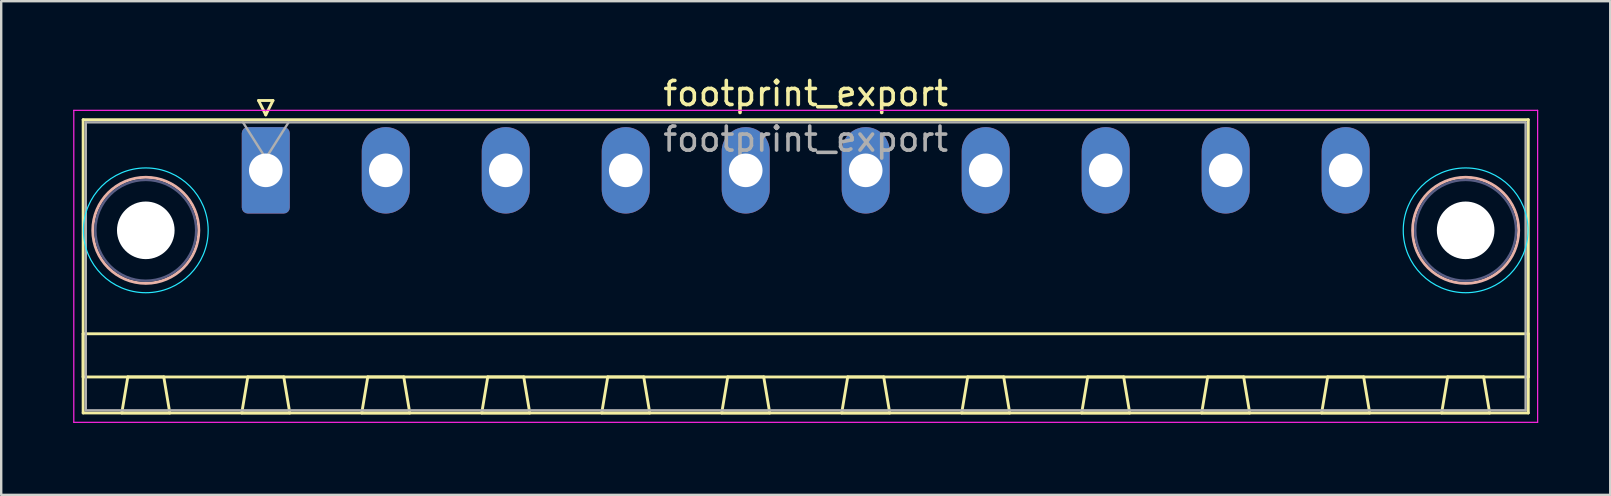
<source format=kicad_pcb>
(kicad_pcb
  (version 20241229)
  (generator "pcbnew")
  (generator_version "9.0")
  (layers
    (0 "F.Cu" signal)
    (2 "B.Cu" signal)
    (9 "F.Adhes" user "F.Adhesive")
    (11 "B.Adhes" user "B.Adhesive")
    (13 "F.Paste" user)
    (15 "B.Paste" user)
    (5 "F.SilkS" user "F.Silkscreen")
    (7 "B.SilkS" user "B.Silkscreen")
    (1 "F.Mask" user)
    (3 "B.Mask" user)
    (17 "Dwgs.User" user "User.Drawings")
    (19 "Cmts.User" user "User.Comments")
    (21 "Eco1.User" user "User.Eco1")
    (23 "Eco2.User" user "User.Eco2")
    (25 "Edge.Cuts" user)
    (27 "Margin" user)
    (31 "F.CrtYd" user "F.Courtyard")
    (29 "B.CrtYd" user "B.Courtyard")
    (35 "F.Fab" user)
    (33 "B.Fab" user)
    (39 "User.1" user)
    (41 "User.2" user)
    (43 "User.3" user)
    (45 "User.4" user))
  (footprint "footprint_export"
    (layer "F.Cu")
    (at 8.025 4.048)
    (property "Reference" "footprint_export" (at 22.5 -3.2 0) (layer "F.SilkS") (effects (font (size 1 1) (thickness 0.15))))
    (attr through_hole)
    (fp_line (start -7.61 -2.11) (end -7.61 10.11) (stroke (width 0.12) (type solid)) (layer "F.SilkS"))
    (fp_line (start -7.61 6.81) (end 52.61 6.81) (stroke (width 0.12) (type solid)) (layer "F.SilkS"))
    (fp_line (start -7.61 8.61) (end -7.61 6.81) (stroke (width 0.12) (type solid)) (layer "F.SilkS"))
    (fp_line (start -7.61 10.11) (end 52.61 10.11) (stroke (width 0.12) (type solid)) (layer "F.SilkS"))
    (fp_line (start -6 10.11) (end -4 10.11) (stroke (width 0.12) (type solid)) (layer "F.SilkS"))
    (fp_line (start -5.75 8.61) (end -6 10.11) (stroke (width 0.12) (type solid)) (layer "F.SilkS"))
    (fp_line (start -4.25 8.61) (end -5.75 8.61) (stroke (width 0.12) (type solid)) (layer "F.SilkS"))
    (fp_line (start -4 10.11) (end -4.25 8.61) (stroke (width 0.12) (type solid)) (layer "F.SilkS"))
    (fp_line (start -1 10.11) (end 1 10.11) (stroke (width 0.12) (type solid)) (layer "F.SilkS"))
    (fp_line (start -0.75 8.61) (end -1 10.11) (stroke (width 0.12) (type solid)) (layer "F.SilkS"))
    (fp_line (start -0.3 -2.91) (end 0.3 -2.91) (stroke (width 0.12) (type solid)) (layer "F.SilkS"))
    (fp_line (start 0 -2.31) (end -0.3 -2.91) (stroke (width 0.12) (type solid)) (layer "F.SilkS"))
    (fp_line (start 0.3 -2.91) (end 0 -2.31) (stroke (width 0.12) (type solid)) (layer "F.SilkS"))
    (fp_line (start 0.75 8.61) (end -0.75 8.61) (stroke (width 0.12) (type solid)) (layer "F.SilkS"))
    (fp_line (start 1 10.11) (end 0.75 8.61) (stroke (width 0.12) (type solid)) (layer "F.SilkS"))
    (fp_line (start 4 10.11) (end 6 10.11) (stroke (width 0.12) (type solid)) (layer "F.SilkS"))
    (fp_line (start 4.25 8.61) (end 4 10.11) (stroke (width 0.12) (type solid)) (layer "F.SilkS"))
    (fp_line (start 5.75 8.61) (end 4.25 8.61) (stroke (width 0.12) (type solid)) (layer "F.SilkS"))
    (fp_line (start 6 10.11) (end 5.75 8.61) (stroke (width 0.12) (type solid)) (layer "F.SilkS"))
    (fp_line (start 9 10.11) (end 11 10.11) (stroke (width 0.12) (type solid)) (layer "F.SilkS"))
    (fp_line (start 9.25 8.61) (end 9 10.11) (stroke (width 0.12) (type solid)) (layer "F.SilkS"))
    (fp_line (start 10.75 8.61) (end 9.25 8.61) (stroke (width 0.12) (type solid)) (layer "F.SilkS"))
    (fp_line (start 11 10.11) (end 10.75 8.61) (stroke (width 0.12) (type solid)) (layer "F.SilkS"))
    (fp_line (start 14 10.11) (end 16 10.11) (stroke (width 0.12) (type solid)) (layer "F.SilkS"))
    (fp_line (start 14.25 8.61) (end 14 10.11) (stroke (width 0.12) (type solid)) (layer "F.SilkS"))
    (fp_line (start 15.75 8.61) (end 14.25 8.61) (stroke (width 0.12) (type solid)) (layer "F.SilkS"))
    (fp_line (start 16 10.11) (end 15.75 8.61) (stroke (width 0.12) (type solid)) (layer "F.SilkS"))
    (fp_line (start 19 10.11) (end 21 10.11) (stroke (width 0.12) (type solid)) (layer "F.SilkS"))
    (fp_line (start 19.25 8.61) (end 19 10.11) (stroke (width 0.12) (type solid)) (layer "F.SilkS"))
    (fp_line (start 20.75 8.61) (end 19.25 8.61) (stroke (width 0.12) (type solid)) (layer "F.SilkS"))
    (fp_line (start 21 10.11) (end 20.75 8.61) (stroke (width 0.12) (type solid)) (layer "F.SilkS"))
    (fp_line (start 24 10.11) (end 26 10.11) (stroke (width 0.12) (type solid)) (layer "F.SilkS"))
    (fp_line (start 24.25 8.61) (end 24 10.11) (stroke (width 0.12) (type solid)) (layer "F.SilkS"))
    (fp_line (start 25.75 8.61) (end 24.25 8.61) (stroke (width 0.12) (type solid)) (layer "F.SilkS"))
    (fp_line (start 26 10.11) (end 25.75 8.61) (stroke (width 0.12) (type solid)) (layer "F.SilkS"))
    (fp_line (start 29 10.11) (end 31 10.11) (stroke (width 0.12) (type solid)) (layer "F.SilkS"))
    (fp_line (start 29.25 8.61) (end 29 10.11) (stroke (width 0.12) (type solid)) (layer "F.SilkS"))
    (fp_line (start 30.75 8.61) (end 29.25 8.61) (stroke (width 0.12) (type solid)) (layer "F.SilkS"))
    (fp_line (start 31 10.11) (end 30.75 8.61) (stroke (width 0.12) (type solid)) (layer "F.SilkS"))
    (fp_line (start 34 10.11) (end 36 10.11) (stroke (width 0.12) (type solid)) (layer "F.SilkS"))
    (fp_line (start 34.25 8.61) (end 34 10.11) (stroke (width 0.12) (type solid)) (layer "F.SilkS"))
    (fp_line (start 35.75 8.61) (end 34.25 8.61) (stroke (width 0.12) (type solid)) (layer "F.SilkS"))
    (fp_line (start 36 10.11) (end 35.75 8.61) (stroke (width 0.12) (type solid)) (layer "F.SilkS"))
    (fp_line (start 39 10.11) (end 41 10.11) (stroke (width 0.12) (type solid)) (layer "F.SilkS"))
    (fp_line (start 39.25 8.61) (end 39 10.11) (stroke (width 0.12) (type solid)) (layer "F.SilkS"))
    (fp_line (start 40.75 8.61) (end 39.25 8.61) (stroke (width 0.12) (type solid)) (layer "F.SilkS"))
    (fp_line (start 41 10.11) (end 40.75 8.61) (stroke (width 0.12) (type solid)) (layer "F.SilkS"))
    (fp_line (start 44 10.11) (end 46 10.11) (stroke (width 0.12) (type solid)) (layer "F.SilkS"))
    (fp_line (start 44.25 8.61) (end 44 10.11) (stroke (width 0.12) (type solid)) (layer "F.SilkS"))
    (fp_line (start 45.75 8.61) (end 44.25 8.61) (stroke (width 0.12) (type solid)) (layer "F.SilkS"))
    (fp_line (start 46 10.11) (end 45.75 8.61) (stroke (width 0.12) (type solid)) (layer "F.SilkS"))
    (fp_line (start 49 10.11) (end 51 10.11) (stroke (width 0.12) (type solid)) (layer "F.SilkS"))
    (fp_line (start 49.25 8.61) (end 49 10.11) (stroke (width 0.12) (type solid)) (layer "F.SilkS"))
    (fp_line (start 50.75 8.61) (end 49.25 8.61) (stroke (width 0.12) (type solid)) (layer "F.SilkS"))
    (fp_line (start 51 10.11) (end 50.75 8.61) (stroke (width 0.12) (type solid)) (layer "F.SilkS"))
    (fp_line (start 52.61 -2.11) (end -7.61 -2.11) (stroke (width 0.12) (type solid)) (layer "F.SilkS"))
    (fp_line (start 52.61 6.81) (end 52.61 8.61) (stroke (width 0.12) (type solid)) (layer "F.SilkS"))
    (fp_line (start 52.61 8.61) (end -7.61 8.61) (stroke (width 0.12) (type solid)) (layer "F.SilkS"))
    (fp_line (start 52.61 10.11) (end 52.61 -2.11) (stroke (width 0.12) (type solid)) (layer "F.SilkS"))
    (fp_circle (center -5 2.5) (end -2.79 2.5) (stroke (width 0.12) (type solid)) (fill no) (layer "B.SilkS"))
    (fp_circle (center 50 2.5) (end 52.21 2.5) (stroke (width 0.12) (type solid)) (fill no) (layer "B.SilkS"))
    (fp_circle (center -5 2.5) (end -2.4 2.5) (stroke (width 0.05) (type solid)) (fill no) (layer "B.CrtYd"))
    (fp_circle (center 50 2.5) (end 52.6 2.5) (stroke (width 0.05) (type solid)) (fill no) (layer "B.CrtYd"))
    (fp_line (start -8 -2.5) (end -8 10.5) (stroke (width 0.05) (type solid)) (layer "F.CrtYd"))
    (fp_line (start -8 10.5) (end 53 10.5) (stroke (width 0.05) (type solid)) (layer "F.CrtYd"))
    (fp_line (start 53 -2.5) (end -8 -2.5) (stroke (width 0.05) (type solid)) (layer "F.CrtYd"))
    (fp_line (start 53 10.5) (end 53 -2.5) (stroke (width 0.05) (type solid)) (layer "F.CrtYd"))
    (fp_circle (center -5 2.5) (end -2.9 2.5) (stroke (width 0.1) (type solid)) (fill no) (layer "B.Fab"))
    (fp_circle (center 50 2.5) (end 52.1 2.5) (stroke (width 0.1) (type solid)) (fill no) (layer "B.Fab"))
    (fp_line (start -7.5 -2) (end -7.5 10) (stroke (width 0.1) (type solid)) (layer "F.Fab"))
    (fp_line (start -7.5 10) (end 52.5 10) (stroke (width 0.1) (type solid)) (layer "F.Fab"))
    (fp_line (start 0 -0.5) (end -0.95 -2) (stroke (width 0.1) (type solid)) (layer "F.Fab"))
    (fp_line (start 0.95 -2) (end 0 -0.5) (stroke (width 0.1) (type solid)) (layer "F.Fab"))
    (fp_line (start 52.5 -2) (end -7.5 -2) (stroke (width 0.1) (type solid)) (layer "F.Fab"))
    (fp_line (start 52.5 10) (end 52.5 -2) (stroke (width 0.1) (type solid)) (layer "F.Fab"))
    (fp_text user "${REFERENCE}" (at 22.5 -1.3 0) (layer "F.Fab") (effects (font (size 1 1) (thickness 0.15))))
    (pad "" np_thru_hole circle (at -5 2.5) (size 2.4 2.4) (drill 2.4) (layers "*.Cu" "*.Mask"))
    (pad "" np_thru_hole circle (at 50 2.5) (size 2.4 2.4) (drill 2.4) (layers "*.Cu" "*.Mask"))
    (pad "1" thru_hole roundrect (at 0 0) (size 2 3.6) (drill 1.4) (layers "*.Cu" "*.Mask") (roundrect_rratio 0.125))
    (pad "2" thru_hole oval (at 5 0) (size 2 3.6) (drill 1.4) (layers "*.Cu" "*.Mask"))
    (pad "3" thru_hole oval (at 10 0) (size 2 3.6) (drill 1.4) (layers "*.Cu" "*.Mask"))
    (pad "4" thru_hole oval (at 15 0) (size 2 3.6) (drill 1.4) (layers "*.Cu" "*.Mask"))
    (pad "5" thru_hole oval (at 20 0) (size 2 3.6) (drill 1.4) (layers "*.Cu" "*.Mask"))
    (pad "6" thru_hole oval (at 25 0) (size 2 3.6) (drill 1.4) (layers "*.Cu" "*.Mask"))
    (pad "7" thru_hole oval (at 30 0) (size 2 3.6) (drill 1.4) (layers "*.Cu" "*.Mask"))
    (pad "8" thru_hole oval (at 35 0) (size 2 3.6) (drill 1.4) (layers "*.Cu" "*.Mask"))
    (pad "9" thru_hole oval (at 40 0) (size 2 3.6) (drill 1.4) (layers "*.Cu" "*.Mask"))
    (pad "10" thru_hole oval (at 45 0) (size 2 3.6) (drill 1.4) (layers "*.Cu" "*.Mask")))
  (gr_rect
    (start -3 -3)
    (end 64.05 17.573)
    (stroke (width 0.1) (type default))
    (fill no)
    (layer "Edge.Cuts")))
</source>
